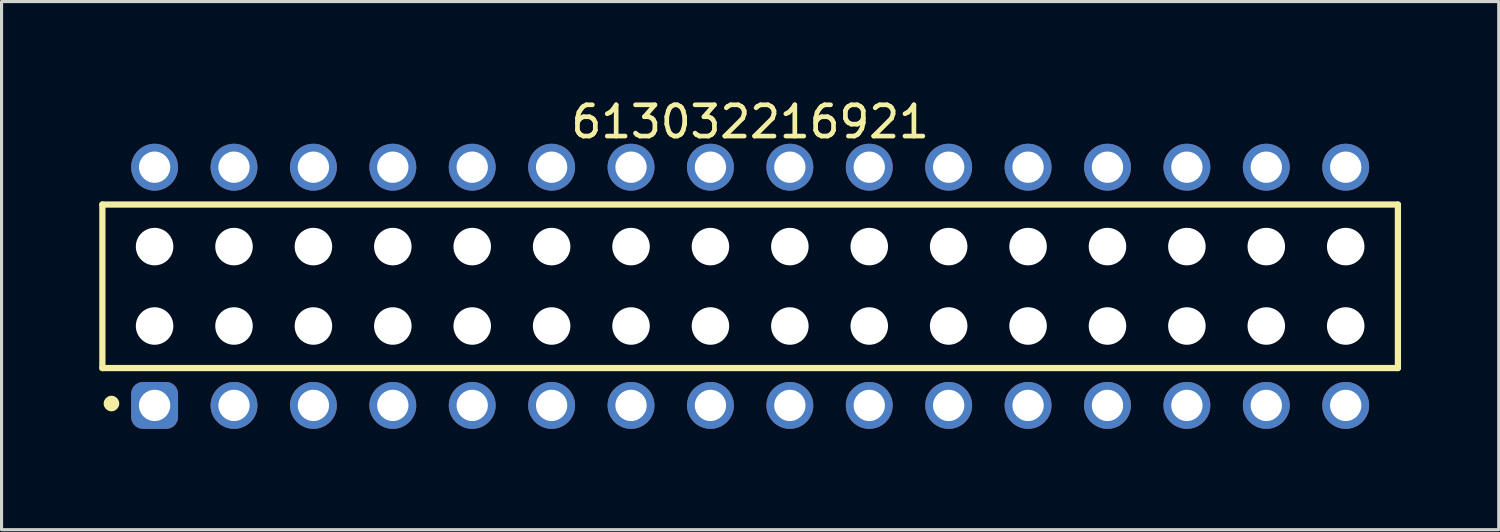
<source format=kicad_pcb>
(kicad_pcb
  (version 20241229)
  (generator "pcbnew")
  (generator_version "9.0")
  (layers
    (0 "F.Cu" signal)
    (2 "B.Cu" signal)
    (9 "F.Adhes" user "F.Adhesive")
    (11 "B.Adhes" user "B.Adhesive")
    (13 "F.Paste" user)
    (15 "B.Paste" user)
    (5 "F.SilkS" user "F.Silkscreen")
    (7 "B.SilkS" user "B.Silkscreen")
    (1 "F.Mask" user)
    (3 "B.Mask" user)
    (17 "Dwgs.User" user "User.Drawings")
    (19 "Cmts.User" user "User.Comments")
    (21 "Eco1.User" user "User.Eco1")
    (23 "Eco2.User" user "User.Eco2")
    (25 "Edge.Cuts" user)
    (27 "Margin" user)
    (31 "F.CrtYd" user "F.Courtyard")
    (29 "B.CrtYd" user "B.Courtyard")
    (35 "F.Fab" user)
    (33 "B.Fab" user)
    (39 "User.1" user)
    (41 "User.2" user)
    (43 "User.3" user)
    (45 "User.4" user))
  (footprint "613032216921"
    (layer "F.Cu")
    (at 20.945 6.108)
    (property "Reference" "613032216921" (at 0 -5.26 0) (layer "F.SilkS") (effects (font (size 1 1) (thickness 0.15))))
    (fp_line (start -20.72 -2.615) (end 20.72 -2.615) (stroke (width 0.2) (type solid)) (layer "F.SilkS"))
    (fp_line (start -20.72 2.615) (end -20.72 -2.615) (stroke (width 0.2) (type solid)) (layer "F.SilkS"))
    (fp_line (start -20.72 2.615) (end 20.72 2.615) (stroke (width 0.2) (type solid)) (layer "F.SilkS"))
    (fp_line (start 20.72 2.615) (end 20.72 -2.615) (stroke (width 0.2) (type solid)) (layer "F.SilkS"))
    (fp_circle (center -20.43 3.75) (end -20.43 3.625) (stroke (width 0.25) (type solid)) (fill no) (layer "F.SilkS"))
    (fp_line (start -20.92 -4.76) (end 20.92 -4.76) (stroke (width 0.05) (type solid)) (layer "Eco2.User"))
    (fp_line (start -20.92 4.76) (end -20.92 -4.76) (stroke (width 0.05) (type solid)) (layer "Eco2.User"))
    (fp_line (start -20.92 4.76) (end 20.92 4.76) (stroke (width 0.05) (type solid)) (layer "Eco2.User"))
    (fp_line (start -20.57 -2.54) (end 20.57 -2.54) (stroke (width 0.1) (type solid)) (layer "Eco2.User"))
    (fp_line (start -20.57 2.54) (end -20.57 -2.54) (stroke (width 0.1) (type solid)) (layer "Eco2.User"))
    (fp_line (start -20.57 2.54) (end 20.57 2.54) (stroke (width 0.1) (type solid)) (layer "Eco2.User"))
    (fp_line (start -19.45 -3.935) (end -18.65 -3.935) (stroke (width 0.1) (type solid)) (layer "Eco2.User"))
    (fp_line (start -19.45 -2.54) (end -19.45 -3.935) (stroke (width 0.1) (type solid)) (layer "Eco2.User"))
    (fp_line (start -19.45 3.935) (end -19.45 2.54) (stroke (width 0.1) (type solid)) (layer "Eco2.User"))
    (fp_line (start -19.45 3.935) (end -18.65 3.935) (stroke (width 0.1) (type solid)) (layer "Eco2.User"))
    (fp_line (start -18.65 -2.54) (end -18.65 -3.935) (stroke (width 0.1) (type solid)) (layer "Eco2.User"))
    (fp_line (start -18.65 3.935) (end -18.65 2.54) (stroke (width 0.1) (type solid)) (layer "Eco2.User"))
    (fp_line (start -16.91 -3.935) (end -16.11 -3.935) (stroke (width 0.1) (type solid)) (layer "Eco2.User"))
    (fp_line (start -16.91 -2.54) (end -16.91 -3.935) (stroke (width 0.1) (type solid)) (layer "Eco2.User"))
    (fp_line (start -16.91 3.935) (end -16.91 2.54) (stroke (width 0.1) (type solid)) (layer "Eco2.User"))
    (fp_line (start -16.91 3.935) (end -16.11 3.935) (stroke (width 0.1) (type solid)) (layer "Eco2.User"))
    (fp_line (start -16.11 -2.54) (end -16.11 -3.935) (stroke (width 0.1) (type solid)) (layer "Eco2.User"))
    (fp_line (start -16.11 3.935) (end -16.11 2.54) (stroke (width 0.1) (type solid)) (layer "Eco2.User"))
    (fp_line (start -14.37 -3.935) (end -13.57 -3.935) (stroke (width 0.1) (type solid)) (layer "Eco2.User"))
    (fp_line (start -14.37 -2.54) (end -14.37 -3.935) (stroke (width 0.1) (type solid)) (layer "Eco2.User"))
    (fp_line (start -14.37 3.935) (end -14.37 2.54) (stroke (width 0.1) (type solid)) (layer "Eco2.User"))
    (fp_line (start -14.37 3.935) (end -13.57 3.935) (stroke (width 0.1) (type solid)) (layer "Eco2.User"))
    (fp_line (start -13.57 -2.54) (end -13.57 -3.935) (stroke (width 0.1) (type solid)) (layer "Eco2.User"))
    (fp_line (start -13.57 3.935) (end -13.57 2.54) (stroke (width 0.1) (type solid)) (layer "Eco2.User"))
    (fp_line (start -11.83 -3.935) (end -11.03 -3.935) (stroke (width 0.1) (type solid)) (layer "Eco2.User"))
    (fp_line (start -11.83 -2.54) (end -11.83 -3.935) (stroke (width 0.1) (type solid)) (layer "Eco2.User"))
    (fp_line (start -11.83 3.935) (end -11.83 2.54) (stroke (width 0.1) (type solid)) (layer "Eco2.User"))
    (fp_line (start -11.83 3.935) (end -11.03 3.935) (stroke (width 0.1) (type solid)) (layer "Eco2.User"))
    (fp_line (start -11.03 -2.54) (end -11.03 -3.935) (stroke (width 0.1) (type solid)) (layer "Eco2.User"))
    (fp_line (start -11.03 3.935) (end -11.03 2.54) (stroke (width 0.1) (type solid)) (layer "Eco2.User"))
    (fp_line (start -9.29 -3.935) (end -8.49 -3.935) (stroke (width 0.1) (type solid)) (layer "Eco2.User"))
    (fp_line (start -9.29 -2.54) (end -9.29 -3.935) (stroke (width 0.1) (type solid)) (layer "Eco2.User"))
    (fp_line (start -9.29 3.935) (end -9.29 2.54) (stroke (width 0.1) (type solid)) (layer "Eco2.User"))
    (fp_line (start -9.29 3.935) (end -8.49 3.935) (stroke (width 0.1) (type solid)) (layer "Eco2.User"))
    (fp_line (start -8.49 -2.54) (end -8.49 -3.935) (stroke (width 0.1) (type solid)) (layer "Eco2.User"))
    (fp_line (start -8.49 3.935) (end -8.49 2.54) (stroke (width 0.1) (type solid)) (layer "Eco2.User"))
    (fp_line (start -6.75 -3.935) (end -5.95 -3.935) (stroke (width 0.1) (type solid)) (layer "Eco2.User"))
    (fp_line (start -6.75 -2.54) (end -6.75 -3.935) (stroke (width 0.1) (type solid)) (layer "Eco2.User"))
    (fp_line (start -6.75 3.935) (end -6.75 2.54) (stroke (width 0.1) (type solid)) (layer "Eco2.User"))
    (fp_line (start -6.75 3.935) (end -5.95 3.935) (stroke (width 0.1) (type solid)) (layer "Eco2.User"))
    (fp_line (start -5.95 -2.54) (end -5.95 -3.935) (stroke (width 0.1) (type solid)) (layer "Eco2.User"))
    (fp_line (start -5.95 3.935) (end -5.95 2.54) (stroke (width 0.1) (type solid)) (layer "Eco2.User"))
    (fp_line (start -4.21 -3.935) (end -3.41 -3.935) (stroke (width 0.1) (type solid)) (layer "Eco2.User"))
    (fp_line (start -4.21 -2.54) (end -4.21 -3.935) (stroke (width 0.1) (type solid)) (layer "Eco2.User"))
    (fp_line (start -4.21 3.935) (end -4.21 2.54) (stroke (width 0.1) (type solid)) (layer "Eco2.User"))
    (fp_line (start -4.21 3.935) (end -3.41 3.935) (stroke (width 0.1) (type solid)) (layer "Eco2.User"))
    (fp_line (start -3.41 -2.54) (end -3.41 -3.935) (stroke (width 0.1) (type solid)) (layer "Eco2.User"))
    (fp_line (start -3.41 3.935) (end -3.41 2.54) (stroke (width 0.1) (type solid)) (layer "Eco2.User"))
    (fp_line (start -1.67 -3.935) (end -0.87 -3.935) (stroke (width 0.1) (type solid)) (layer "Eco2.User"))
    (fp_line (start -1.67 -2.54) (end -1.67 -3.935) (stroke (width 0.1) (type solid)) (layer "Eco2.User"))
    (fp_line (start -1.67 3.935) (end -1.67 2.54) (stroke (width 0.1) (type solid)) (layer "Eco2.User"))
    (fp_line (start -1.67 3.935) (end -0.87 3.935) (stroke (width 0.1) (type solid)) (layer "Eco2.User"))
    (fp_line (start -0.87 -2.54) (end -0.87 -3.935) (stroke (width 0.1) (type solid)) (layer "Eco2.User"))
    (fp_line (start -0.87 3.935) (end -0.87 2.54) (stroke (width 0.1) (type solid)) (layer "Eco2.User"))
    (fp_line (start -0.5 0) (end 0.5 0) (stroke (width 0.05) (type solid)) (layer "Eco2.User"))
    (fp_line (start 0 0.5) (end 0 -0.5) (stroke (width 0.05) (type solid)) (layer "Eco2.User"))
    (fp_line (start 0.87 -3.935) (end 1.67 -3.935) (stroke (width 0.1) (type solid)) (layer "Eco2.User"))
    (fp_line (start 0.87 -2.54) (end 0.87 -3.935) (stroke (width 0.1) (type solid)) (layer "Eco2.User"))
    (fp_line (start 0.87 3.935) (end 0.87 2.54) (stroke (width 0.1) (type solid)) (layer "Eco2.User"))
    (fp_line (start 0.87 3.935) (end 1.67 3.935) (stroke (width 0.1) (type solid)) (layer "Eco2.User"))
    (fp_line (start 1.67 -2.54) (end 1.67 -3.935) (stroke (width 0.1) (type solid)) (layer "Eco2.User"))
    (fp_line (start 1.67 3.935) (end 1.67 2.54) (stroke (width 0.1) (type solid)) (layer "Eco2.User"))
    (fp_line (start 3.41 -3.935) (end 4.21 -3.935) (stroke (width 0.1) (type solid)) (layer "Eco2.User"))
    (fp_line (start 3.41 -2.54) (end 3.41 -3.935) (stroke (width 0.1) (type solid)) (layer "Eco2.User"))
    (fp_line (start 3.41 3.935) (end 3.41 2.54) (stroke (width 0.1) (type solid)) (layer "Eco2.User"))
    (fp_line (start 3.41 3.935) (end 4.21 3.935) (stroke (width 0.1) (type solid)) (layer "Eco2.User"))
    (fp_line (start 4.21 -2.54) (end 4.21 -3.935) (stroke (width 0.1) (type solid)) (layer "Eco2.User"))
    (fp_line (start 4.21 3.935) (end 4.21 2.54) (stroke (width 0.1) (type solid)) (layer "Eco2.User"))
    (fp_line (start 5.95 -3.935) (end 6.75 -3.935) (stroke (width 0.1) (type solid)) (layer "Eco2.User"))
    (fp_line (start 5.95 -2.54) (end 5.95 -3.935) (stroke (width 0.1) (type solid)) (layer "Eco2.User"))
    (fp_line (start 5.95 3.935) (end 5.95 2.54) (stroke (width 0.1) (type solid)) (layer "Eco2.User"))
    (fp_line (start 5.95 3.935) (end 6.75 3.935) (stroke (width 0.1) (type solid)) (layer "Eco2.User"))
    (fp_line (start 6.75 -2.54) (end 6.75 -3.935) (stroke (width 0.1) (type solid)) (layer "Eco2.User"))
    (fp_line (start 6.75 3.935) (end 6.75 2.54) (stroke (width 0.1) (type solid)) (layer "Eco2.User"))
    (fp_line (start 8.49 -3.935) (end 9.29 -3.935) (stroke (width 0.1) (type solid)) (layer "Eco2.User"))
    (fp_line (start 8.49 -2.54) (end 8.49 -3.935) (stroke (width 0.1) (type solid)) (layer "Eco2.User"))
    (fp_line (start 8.49 3.935) (end 8.49 2.54) (stroke (width 0.1) (type solid)) (layer "Eco2.User"))
    (fp_line (start 8.49 3.935) (end 9.29 3.935) (stroke (width 0.1) (type solid)) (layer "Eco2.User"))
    (fp_line (start 9.29 -2.54) (end 9.29 -3.935) (stroke (width 0.1) (type solid)) (layer "Eco2.User"))
    (fp_line (start 9.29 3.935) (end 9.29 2.54) (stroke (width 0.1) (type solid)) (layer "Eco2.User"))
    (fp_line (start 11.03 -3.935) (end 11.83 -3.935) (stroke (width 0.1) (type solid)) (layer "Eco2.User"))
    (fp_line (start 11.03 -2.54) (end 11.03 -3.935) (stroke (width 0.1) (type solid)) (layer "Eco2.User"))
    (fp_line (start 11.03 3.935) (end 11.03 2.54) (stroke (width 0.1) (type solid)) (layer "Eco2.User"))
    (fp_line (start 11.03 3.935) (end 11.83 3.935) (stroke (width 0.1) (type solid)) (layer "Eco2.User"))
    (fp_line (start 11.83 -2.54) (end 11.83 -3.935) (stroke (width 0.1) (type solid)) (layer "Eco2.User"))
    (fp_line (start 11.83 3.935) (end 11.83 2.54) (stroke (width 0.1) (type solid)) (layer "Eco2.User"))
    (fp_line (start 13.57 -3.935) (end 14.37 -3.935) (stroke (width 0.1) (type solid)) (layer "Eco2.User"))
    (fp_line (start 13.57 -2.54) (end 13.57 -3.935) (stroke (width 0.1) (type solid)) (layer "Eco2.User"))
    (fp_line (start 13.57 3.935) (end 13.57 2.54) (stroke (width 0.1) (type solid)) (layer "Eco2.User"))
    (fp_line (start 13.57 3.935) (end 14.37 3.935) (stroke (width 0.1) (type solid)) (layer "Eco2.User"))
    (fp_line (start 14.37 -2.54) (end 14.37 -3.935) (stroke (width 0.1) (type solid)) (layer "Eco2.User"))
    (fp_line (start 14.37 3.935) (end 14.37 2.54) (stroke (width 0.1) (type solid)) (layer "Eco2.User"))
    (fp_line (start 16.11 -3.935) (end 16.91 -3.935) (stroke (width 0.1) (type solid)) (layer "Eco2.User"))
    (fp_line (start 16.11 -2.54) (end 16.11 -3.935) (stroke (width 0.1) (type solid)) (layer "Eco2.User"))
    (fp_line (start 16.11 3.935) (end 16.11 2.54) (stroke (width 0.1) (type solid)) (layer "Eco2.User"))
    (fp_line (start 16.11 3.935) (end 16.91 3.935) (stroke (width 0.1) (type solid)) (layer "Eco2.User"))
    (fp_line (start 16.91 -2.54) (end 16.91 -3.935) (stroke (width 0.1) (type solid)) (layer "Eco2.User"))
    (fp_line (start 16.91 3.935) (end 16.91 2.54) (stroke (width 0.1) (type solid)) (layer "Eco2.User"))
    (fp_line (start 18.65 -3.935) (end 19.45 -3.935) (stroke (width 0.1) (type solid)) (layer "Eco2.User"))
    (fp_line (start 18.65 -2.54) (end 18.65 -3.935) (stroke (width 0.1) (type solid)) (layer "Eco2.User"))
    (fp_line (start 18.65 3.935) (end 18.65 2.54) (stroke (width 0.1) (type solid)) (layer "Eco2.User"))
    (fp_line (start 18.65 3.935) (end 19.45 3.935) (stroke (width 0.1) (type solid)) (layer "Eco2.User"))
    (fp_line (start 19.45 -2.54) (end 19.45 -3.935) (stroke (width 0.1) (type solid)) (layer "Eco2.User"))
    (fp_line (start 19.45 3.935) (end 19.45 2.54) (stroke (width 0.1) (type solid)) (layer "Eco2.User"))
    (fp_line (start 20.57 2.54) (end 20.57 -2.54) (stroke (width 0.1) (type solid)) (layer "Eco2.User"))
    (fp_line (start 20.92 4.76) (end 20.92 -4.76) (stroke (width 0.05) (type solid)) (layer "Eco2.User"))
    (fp_text user "${REFERENCE}" (at 0.15 -0.197 0) (unlocked yes) (layer "User.3") (effects (font (size 1.5 1.5) (thickness 0.15))))
    (pad "" np_thru_hole circle (at -19.05 -1.27) (size 1.2 1.2) (drill 1.2) (layers "*.Cu" "*.Mask"))
    (pad "" np_thru_hole circle (at -19.05 1.27) (size 1.2 1.2) (drill 1.2) (layers "*.Cu" "*.Mask"))
    (pad "" np_thru_hole circle (at -16.51 -1.27) (size 1.2 1.2) (drill 1.2) (layers "*.Cu" "*.Mask"))
    (pad "" np_thru_hole circle (at -16.51 1.27) (size 1.2 1.2) (drill 1.2) (layers "*.Cu" "*.Mask"))
    (pad "" np_thru_hole circle (at -13.97 -1.27) (size 1.2 1.2) (drill 1.2) (layers "*.Cu" "*.Mask"))
    (pad "" np_thru_hole circle (at -13.97 1.27) (size 1.2 1.2) (drill 1.2) (layers "*.Cu" "*.Mask"))
    (pad "" np_thru_hole circle (at -11.43 -1.27) (size 1.2 1.2) (drill 1.2) (layers "*.Cu" "*.Mask"))
    (pad "" np_thru_hole circle (at -11.43 1.27) (size 1.2 1.2) (drill 1.2) (layers "*.Cu" "*.Mask"))
    (pad "" np_thru_hole circle (at -8.89 -1.27) (size 1.2 1.2) (drill 1.2) (layers "*.Cu" "*.Mask"))
    (pad "" np_thru_hole circle (at -8.89 1.27) (size 1.2 1.2) (drill 1.2) (layers "*.Cu" "*.Mask"))
    (pad "" np_thru_hole circle (at -6.35 -1.27) (size 1.2 1.2) (drill 1.2) (layers "*.Cu" "*.Mask"))
    (pad "" np_thru_hole circle (at -6.35 1.27) (size 1.2 1.2) (drill 1.2) (layers "*.Cu" "*.Mask"))
    (pad "" np_thru_hole circle (at -3.81 -1.27) (size 1.2 1.2) (drill 1.2) (layers "*.Cu" "*.Mask"))
    (pad "" np_thru_hole circle (at -3.81 1.27) (size 1.2 1.2) (drill 1.2) (layers "*.Cu" "*.Mask"))
    (pad "" np_thru_hole circle (at -1.27 -1.27) (size 1.2 1.2) (drill 1.2) (layers "*.Cu" "*.Mask"))
    (pad "" np_thru_hole circle (at -1.27 1.27) (size 1.2 1.2) (drill 1.2) (layers "*.Cu" "*.Mask"))
    (pad "" np_thru_hole circle (at 1.27 -1.27) (size 1.2 1.2) (drill 1.2) (layers "*.Cu" "*.Mask"))
    (pad "" np_thru_hole circle (at 1.27 1.27) (size 1.2 1.2) (drill 1.2) (layers "*.Cu" "*.Mask"))
    (pad "" np_thru_hole circle (at 3.81 -1.27) (size 1.2 1.2) (drill 1.2) (layers "*.Cu" "*.Mask"))
    (pad "" np_thru_hole circle (at 3.81 1.27) (size 1.2 1.2) (drill 1.2) (layers "*.Cu" "*.Mask"))
    (pad "" np_thru_hole circle (at 6.35 -1.27) (size 1.2 1.2) (drill 1.2) (layers "*.Cu" "*.Mask"))
    (pad "" np_thru_hole circle (at 6.35 1.27) (size 1.2 1.2) (drill 1.2) (layers "*.Cu" "*.Mask"))
    (pad "" np_thru_hole circle (at 8.89 -1.27) (size 1.2 1.2) (drill 1.2) (layers "*.Cu" "*.Mask"))
    (pad "" np_thru_hole circle (at 8.89 1.27) (size 1.2 1.2) (drill 1.2) (layers "*.Cu" "*.Mask"))
    (pad "" np_thru_hole circle (at 11.43 -1.27) (size 1.2 1.2) (drill 1.2) (layers "*.Cu" "*.Mask"))
    (pad "" np_thru_hole circle (at 11.43 1.27) (size 1.2 1.2) (drill 1.2) (layers "*.Cu" "*.Mask"))
    (pad "" np_thru_hole circle (at 13.97 -1.27) (size 1.2 1.2) (drill 1.2) (layers "*.Cu" "*.Mask"))
    (pad "" np_thru_hole circle (at 13.97 1.27) (size 1.2 1.2) (drill 1.2) (layers "*.Cu" "*.Mask"))
    (pad "" np_thru_hole circle (at 16.51 -1.27) (size 1.2 1.2) (drill 1.2) (layers "*.Cu" "*.Mask"))
    (pad "" np_thru_hole circle (at 16.51 1.27) (size 1.2 1.2) (drill 1.2) (layers "*.Cu" "*.Mask"))
    (pad "" np_thru_hole circle (at 19.05 -1.27) (size 1.2 1.2) (drill 1.2) (layers "*.Cu" "*.Mask"))
    (pad "" np_thru_hole circle (at 19.05 1.27) (size 1.2 1.2) (drill 1.2) (layers "*.Cu" "*.Mask"))
    (pad "1" thru_hole roundrect (at -19.05 3.81) (size 1.5 1.5) (drill 1) (layers "*.Cu" "*.Mask") (roundrect_rratio 0.25))
    (pad "2" thru_hole circle (at -19.05 -3.81) (size 1.5 1.5) (drill 1) (layers "*.Cu" "*.Mask"))
    (pad "3" thru_hole circle (at -16.51 3.81) (size 1.5 1.5) (drill 1) (layers "*.Cu" "*.Mask"))
    (pad "4" thru_hole circle (at -16.51 -3.81) (size 1.5 1.5) (drill 1) (layers "*.Cu" "*.Mask"))
    (pad "5" thru_hole circle (at -13.97 3.81) (size 1.5 1.5) (drill 1) (layers "*.Cu" "*.Mask"))
    (pad "6" thru_hole circle (at -13.97 -3.81) (size 1.5 1.5) (drill 1) (layers "*.Cu" "*.Mask"))
    (pad "7" thru_hole circle (at -11.43 3.81) (size 1.5 1.5) (drill 1) (layers "*.Cu" "*.Mask"))
    (pad "8" thru_hole circle (at -11.43 -3.81) (size 1.5 1.5) (drill 1) (layers "*.Cu" "*.Mask"))
    (pad "9" thru_hole circle (at -8.89 3.81) (size 1.5 1.5) (drill 1) (layers "*.Cu" "*.Mask"))
    (pad "10" thru_hole circle (at -8.89 -3.81) (size 1.5 1.5) (drill 1) (layers "*.Cu" "*.Mask"))
    (pad "11" thru_hole circle (at -6.35 3.81) (size 1.5 1.5) (drill 1) (layers "*.Cu" "*.Mask"))
    (pad "12" thru_hole circle (at -6.35 -3.81) (size 1.5 1.5) (drill 1) (layers "*.Cu" "*.Mask"))
    (pad "13" thru_hole circle (at -3.81 3.81) (size 1.5 1.5) (drill 1) (layers "*.Cu" "*.Mask"))
    (pad "14" thru_hole circle (at -3.81 -3.81) (size 1.5 1.5) (drill 1) (layers "*.Cu" "*.Mask"))
    (pad "15" thru_hole circle (at -1.27 3.81) (size 1.5 1.5) (drill 1) (layers "*.Cu" "*.Mask"))
    (pad "16" thru_hole circle (at -1.27 -3.81) (size 1.5 1.5) (drill 1) (layers "*.Cu" "*.Mask"))
    (pad "17" thru_hole circle (at 1.27 3.81) (size 1.5 1.5) (drill 1) (layers "*.Cu" "*.Mask"))
    (pad "18" thru_hole circle (at 1.27 -3.81) (size 1.5 1.5) (drill 1) (layers "*.Cu" "*.Mask"))
    (pad "19" thru_hole circle (at 3.81 3.81) (size 1.5 1.5) (drill 1) (layers "*.Cu" "*.Mask"))
    (pad "20" thru_hole circle (at 3.81 -3.81) (size 1.5 1.5) (drill 1) (layers "*.Cu" "*.Mask"))
    (pad "21" thru_hole circle (at 6.35 3.81) (size 1.5 1.5) (drill 1) (layers "*.Cu" "*.Mask"))
    (pad "22" thru_hole circle (at 6.35 -3.81) (size 1.5 1.5) (drill 1) (layers "*.Cu" "*.Mask"))
    (pad "23" thru_hole circle (at 8.89 3.81) (size 1.5 1.5) (drill 1) (layers "*.Cu" "*.Mask"))
    (pad "24" thru_hole circle (at 8.89 -3.81) (size 1.5 1.5) (drill 1) (layers "*.Cu" "*.Mask"))
    (pad "25" thru_hole circle (at 11.43 3.81) (size 1.5 1.5) (drill 1) (layers "*.Cu" "*.Mask"))
    (pad "26" thru_hole circle (at 11.43 -3.81) (size 1.5 1.5) (drill 1) (layers "*.Cu" "*.Mask"))
    (pad "27" thru_hole circle (at 13.97 3.81) (size 1.5 1.5) (drill 1) (layers "*.Cu" "*.Mask"))
    (pad "28" thru_hole circle (at 13.97 -3.81) (size 1.5 1.5) (drill 1) (layers "*.Cu" "*.Mask"))
    (pad "29" thru_hole circle (at 16.51 3.81) (size 1.5 1.5) (drill 1) (layers "*.Cu" "*.Mask"))
    (pad "30" thru_hole circle (at 16.51 -3.81) (size 1.5 1.5) (drill 1) (layers "*.Cu" "*.Mask"))
    (pad "31" thru_hole circle (at 19.05 3.81) (size 1.5 1.5) (drill 1) (layers "*.Cu" "*.Mask"))
    (pad "32" thru_hole circle (at 19.05 -3.81) (size 1.5 1.5) (drill 1) (layers "*.Cu" "*.Mask")))
  (gr_rect
    (start -3 -3)
    (end 44.89 13.893)
    (stroke (width 0.1) (type default))
    (fill no)
    (layer "Edge.Cuts")))
</source>
